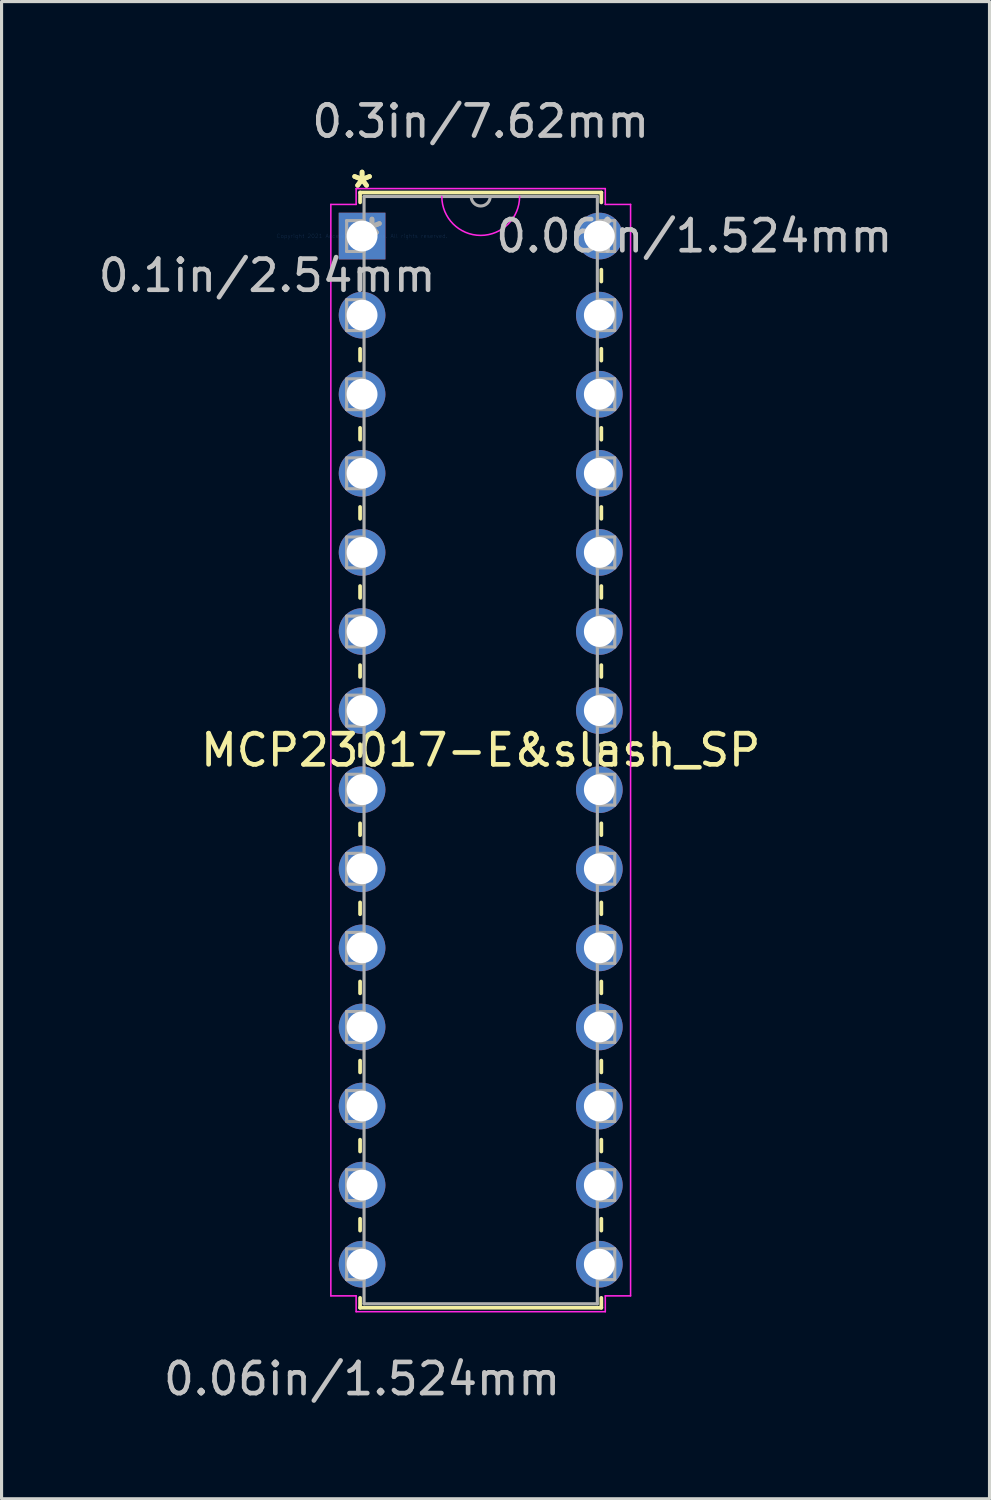
<source format=kicad_pcb>
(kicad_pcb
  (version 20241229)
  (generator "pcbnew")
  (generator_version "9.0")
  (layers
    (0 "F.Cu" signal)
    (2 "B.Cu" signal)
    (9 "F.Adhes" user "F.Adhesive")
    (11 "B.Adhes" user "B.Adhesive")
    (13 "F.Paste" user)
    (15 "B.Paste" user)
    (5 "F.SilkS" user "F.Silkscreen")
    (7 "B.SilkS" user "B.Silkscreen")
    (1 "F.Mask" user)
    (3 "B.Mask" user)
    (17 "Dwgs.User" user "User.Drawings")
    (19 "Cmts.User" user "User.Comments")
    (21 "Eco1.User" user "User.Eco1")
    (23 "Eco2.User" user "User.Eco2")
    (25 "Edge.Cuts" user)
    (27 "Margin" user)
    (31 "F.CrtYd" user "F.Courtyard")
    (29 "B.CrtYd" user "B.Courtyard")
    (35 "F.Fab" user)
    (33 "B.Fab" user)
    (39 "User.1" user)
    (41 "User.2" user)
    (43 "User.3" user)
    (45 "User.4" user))
  (footprint "MCP23017-E&slash_SP"
    (layer "F.Cu")
    (at 8.578 4.531)
    (property "Reference" "MCP23017-E&slash_SP" (at 3.81 16.51 0) (layer "F.SilkS") (effects (font (size 1 1) (thickness 0.15))))
    (attr through_hole)
    (fp_line (start -0.064 -1.397) (end -0.064 -1.082) (stroke (width 0.12) (type solid)) (layer "F.SilkS"))
    (fp_line (start -0.064 1.082) (end -0.064 1.46) (stroke (width 0.12) (type solid)) (layer "F.SilkS"))
    (fp_line (start -0.064 3.62) (end -0.064 4) (stroke (width 0.12) (type solid)) (layer "F.SilkS"))
    (fp_line (start -0.064 6.16) (end -0.064 6.54) (stroke (width 0.12) (type solid)) (layer "F.SilkS"))
    (fp_line (start -0.064 8.7) (end -0.064 9.08) (stroke (width 0.12) (type solid)) (layer "F.SilkS"))
    (fp_line (start -0.064 11.24) (end -0.064 11.62) (stroke (width 0.12) (type solid)) (layer "F.SilkS"))
    (fp_line (start -0.064 13.78) (end -0.064 14.16) (stroke (width 0.12) (type solid)) (layer "F.SilkS"))
    (fp_line (start -0.064 16.32) (end -0.064 16.7) (stroke (width 0.12) (type solid)) (layer "F.SilkS"))
    (fp_line (start -0.064 18.86) (end -0.064 19.24) (stroke (width 0.12) (type solid)) (layer "F.SilkS"))
    (fp_line (start -0.064 21.4) (end -0.064 21.78) (stroke (width 0.12) (type solid)) (layer "F.SilkS"))
    (fp_line (start -0.064 23.94) (end -0.064 24.32) (stroke (width 0.12) (type solid)) (layer "F.SilkS"))
    (fp_line (start -0.064 26.48) (end -0.064 26.86) (stroke (width 0.12) (type solid)) (layer "F.SilkS"))
    (fp_line (start -0.064 29.02) (end -0.064 29.4) (stroke (width 0.12) (type solid)) (layer "F.SilkS"))
    (fp_line (start -0.064 31.56) (end -0.064 31.94) (stroke (width 0.12) (type solid)) (layer "F.SilkS"))
    (fp_line (start -0.064 34.1) (end -0.064 34.417) (stroke (width 0.12) (type solid)) (layer "F.SilkS"))
    (fp_line (start -0.064 34.417) (end 7.684 34.417) (stroke (width 0.12) (type solid)) (layer "F.SilkS"))
    (fp_line (start 7.684 -1.397) (end -0.064 -1.397) (stroke (width 0.12) (type solid)) (layer "F.SilkS"))
    (fp_line (start 7.684 -1.08) (end 7.684 -1.397) (stroke (width 0.12) (type solid)) (layer "F.SilkS"))
    (fp_line (start 7.684 1.46) (end 7.684 1.08) (stroke (width 0.12) (type solid)) (layer "F.SilkS"))
    (fp_line (start 7.684 4) (end 7.684 3.62) (stroke (width 0.12) (type solid)) (layer "F.SilkS"))
    (fp_line (start 7.684 6.54) (end 7.684 6.16) (stroke (width 0.12) (type solid)) (layer "F.SilkS"))
    (fp_line (start 7.684 9.08) (end 7.684 8.7) (stroke (width 0.12) (type solid)) (layer "F.SilkS"))
    (fp_line (start 7.684 11.62) (end 7.684 11.24) (stroke (width 0.12) (type solid)) (layer "F.SilkS"))
    (fp_line (start 7.684 14.16) (end 7.684 13.78) (stroke (width 0.12) (type solid)) (layer "F.SilkS"))
    (fp_line (start 7.684 16.7) (end 7.684 16.32) (stroke (width 0.12) (type solid)) (layer "F.SilkS"))
    (fp_line (start 7.684 19.24) (end 7.684 18.86) (stroke (width 0.12) (type solid)) (layer "F.SilkS"))
    (fp_line (start 7.684 21.78) (end 7.684 21.4) (stroke (width 0.12) (type solid)) (layer "F.SilkS"))
    (fp_line (start 7.684 24.32) (end 7.684 23.94) (stroke (width 0.12) (type solid)) (layer "F.SilkS"))
    (fp_line (start 7.684 26.86) (end 7.684 26.48) (stroke (width 0.12) (type solid)) (layer "F.SilkS"))
    (fp_line (start 7.684 29.4) (end 7.684 29.02) (stroke (width 0.12) (type solid)) (layer "F.SilkS"))
    (fp_line (start 7.684 31.94) (end 7.684 31.56) (stroke (width 0.12) (type solid)) (layer "F.SilkS"))
    (fp_line (start 7.684 34.417) (end 7.684 34.1) (stroke (width 0.12) (type solid)) (layer "F.SilkS"))
    (fp_line (start -1.003 -1.016) (end -1.003 34.036) (stroke (width 0.05) (type solid)) (layer "F.CrtYd"))
    (fp_line (start -1.003 34.036) (end -0.191 34.036) (stroke (width 0.05) (type solid)) (layer "F.CrtYd"))
    (fp_line (start -0.191 -1.524) (end -0.191 -1.016) (stroke (width 0.05) (type solid)) (layer "F.CrtYd"))
    (fp_line (start -0.191 -1.016) (end -1.003 -1.016) (stroke (width 0.05) (type solid)) (layer "F.CrtYd"))
    (fp_line (start -0.191 34.036) (end -0.191 34.544) (stroke (width 0.05) (type solid)) (layer "F.CrtYd"))
    (fp_line (start -0.191 34.544) (end 7.811 34.544) (stroke (width 0.05) (type solid)) (layer "F.CrtYd"))
    (fp_line (start 7.811 -1.524) (end -0.191 -1.524) (stroke (width 0.05) (type solid)) (layer "F.CrtYd"))
    (fp_line (start 7.811 -1.016) (end 7.811 -1.524) (stroke (width 0.05) (type solid)) (layer "F.CrtYd"))
    (fp_line (start 7.811 34.036) (end 8.623 34.036) (stroke (width 0.05) (type solid)) (layer "F.CrtYd"))
    (fp_line (start 7.811 34.544) (end 7.811 34.036) (stroke (width 0.05) (type solid)) (layer "F.CrtYd"))
    (fp_line (start 8.623 -1.016) (end 7.811 -1.016) (stroke (width 0.05) (type solid)) (layer "F.CrtYd"))
    (fp_line (start 8.623 34.036) (end 8.623 -1.016) (stroke (width 0.05) (type solid)) (layer "F.CrtYd"))
    (fp_arc (start 5.058833 -1.27) (mid 3.81 -0.021167) (end 2.561167 -1.27) (stroke (width 0.05) (type solid)) (layer "F.CrtYd"))
    (fp_line (start -0.495 -0.495) (end -0.495 0.495) (stroke (width 0.1) (type solid)) (layer "F.Fab"))
    (fp_line (start -0.495 0.495) (end 0.064 0.495) (stroke (width 0.1) (type solid)) (layer "F.Fab"))
    (fp_line (start -0.495 2.045) (end -0.495 3.035) (stroke (width 0.1) (type solid)) (layer "F.Fab"))
    (fp_line (start -0.495 3.035) (end 0.064 3.035) (stroke (width 0.1) (type solid)) (layer "F.Fab"))
    (fp_line (start -0.495 4.585) (end -0.495 5.575) (stroke (width 0.1) (type solid)) (layer "F.Fab"))
    (fp_line (start -0.495 5.575) (end 0.064 5.575) (stroke (width 0.1) (type solid)) (layer "F.Fab"))
    (fp_line (start -0.495 7.125) (end -0.495 8.115) (stroke (width 0.1) (type solid)) (layer "F.Fab"))
    (fp_line (start -0.495 8.115) (end 0.064 8.115) (stroke (width 0.1) (type solid)) (layer "F.Fab"))
    (fp_line (start -0.495 9.665) (end -0.495 10.655) (stroke (width 0.1) (type solid)) (layer "F.Fab"))
    (fp_line (start -0.495 10.655) (end 0.064 10.655) (stroke (width 0.1) (type solid)) (layer "F.Fab"))
    (fp_line (start -0.495 12.205) (end -0.495 13.195) (stroke (width 0.1) (type solid)) (layer "F.Fab"))
    (fp_line (start -0.495 13.195) (end 0.064 13.195) (stroke (width 0.1) (type solid)) (layer "F.Fab"))
    (fp_line (start -0.495 14.745) (end -0.495 15.735) (stroke (width 0.1) (type solid)) (layer "F.Fab"))
    (fp_line (start -0.495 15.735) (end 0.064 15.735) (stroke (width 0.1) (type solid)) (layer "F.Fab"))
    (fp_line (start -0.495 17.285) (end -0.495 18.275) (stroke (width 0.1) (type solid)) (layer "F.Fab"))
    (fp_line (start -0.495 18.275) (end 0.064 18.275) (stroke (width 0.1) (type solid)) (layer "F.Fab"))
    (fp_line (start -0.495 19.825) (end -0.495 20.815) (stroke (width 0.1) (type solid)) (layer "F.Fab"))
    (fp_line (start -0.495 20.815) (end 0.064 20.815) (stroke (width 0.1) (type solid)) (layer "F.Fab"))
    (fp_line (start -0.495 22.365) (end -0.495 23.355) (stroke (width 0.1) (type solid)) (layer "F.Fab"))
    (fp_line (start -0.495 23.355) (end 0.064 23.355) (stroke (width 0.1) (type solid)) (layer "F.Fab"))
    (fp_line (start -0.495 24.905) (end -0.495 25.895) (stroke (width 0.1) (type solid)) (layer "F.Fab"))
    (fp_line (start -0.495 25.895) (end 0.064 25.895) (stroke (width 0.1) (type solid)) (layer "F.Fab"))
    (fp_line (start -0.495 27.445) (end -0.495 28.435) (stroke (width 0.1) (type solid)) (layer "F.Fab"))
    (fp_line (start -0.495 28.435) (end 0.064 28.435) (stroke (width 0.1) (type solid)) (layer "F.Fab"))
    (fp_line (start -0.495 29.985) (end -0.495 30.975) (stroke (width 0.1) (type solid)) (layer "F.Fab"))
    (fp_line (start -0.495 30.975) (end 0.064 30.975) (stroke (width 0.1) (type solid)) (layer "F.Fab"))
    (fp_line (start -0.495 32.525) (end -0.495 33.515) (stroke (width 0.1) (type solid)) (layer "F.Fab"))
    (fp_line (start -0.495 33.515) (end 0.064 33.515) (stroke (width 0.1) (type solid)) (layer "F.Fab"))
    (fp_line (start 0.064 -1.27) (end 0.064 34.29) (stroke (width 0.1) (type solid)) (layer "F.Fab"))
    (fp_line (start 0.064 -0.495) (end -0.495 -0.495) (stroke (width 0.1) (type solid)) (layer "F.Fab"))
    (fp_line (start 0.064 0.495) (end 0.064 -0.495) (stroke (width 0.1) (type solid)) (layer "F.Fab"))
    (fp_line (start 0.064 2.045) (end -0.495 2.045) (stroke (width 0.1) (type solid)) (layer "F.Fab"))
    (fp_line (start 0.064 3.035) (end 0.064 2.045) (stroke (width 0.1) (type solid)) (layer "F.Fab"))
    (fp_line (start 0.064 4.585) (end -0.495 4.585) (stroke (width 0.1) (type solid)) (layer "F.Fab"))
    (fp_line (start 0.064 5.575) (end 0.064 4.585) (stroke (width 0.1) (type solid)) (layer "F.Fab"))
    (fp_line (start 0.064 7.125) (end -0.495 7.125) (stroke (width 0.1) (type solid)) (layer "F.Fab"))
    (fp_line (start 0.064 8.115) (end 0.064 7.125) (stroke (width 0.1) (type solid)) (layer "F.Fab"))
    (fp_line (start 0.064 9.665) (end -0.495 9.665) (stroke (width 0.1) (type solid)) (layer "F.Fab"))
    (fp_line (start 0.064 10.655) (end 0.064 9.665) (stroke (width 0.1) (type solid)) (layer "F.Fab"))
    (fp_line (start 0.064 12.205) (end -0.495 12.205) (stroke (width 0.1) (type solid)) (layer "F.Fab"))
    (fp_line (start 0.064 13.195) (end 0.064 12.205) (stroke (width 0.1) (type solid)) (layer "F.Fab"))
    (fp_line (start 0.064 14.745) (end -0.495 14.745) (stroke (width 0.1) (type solid)) (layer "F.Fab"))
    (fp_line (start 0.064 15.735) (end 0.064 14.745) (stroke (width 0.1) (type solid)) (layer "F.Fab"))
    (fp_line (start 0.064 17.285) (end -0.495 17.285) (stroke (width 0.1) (type solid)) (layer "F.Fab"))
    (fp_line (start 0.064 18.275) (end 0.064 17.285) (stroke (width 0.1) (type solid)) (layer "F.Fab"))
    (fp_line (start 0.064 19.825) (end -0.495 19.825) (stroke (width 0.1) (type solid)) (layer "F.Fab"))
    (fp_line (start 0.064 20.815) (end 0.064 19.825) (stroke (width 0.1) (type solid)) (layer "F.Fab"))
    (fp_line (start 0.064 22.365) (end -0.495 22.365) (stroke (width 0.1) (type solid)) (layer "F.Fab"))
    (fp_line (start 0.064 23.355) (end 0.064 22.365) (stroke (width 0.1) (type solid)) (layer "F.Fab"))
    (fp_line (start 0.064 24.905) (end -0.495 24.905) (stroke (width 0.1) (type solid)) (layer "F.Fab"))
    (fp_line (start 0.064 25.895) (end 0.064 24.905) (stroke (width 0.1) (type solid)) (layer "F.Fab"))
    (fp_line (start 0.064 27.445) (end -0.495 27.445) (stroke (width 0.1) (type solid)) (layer "F.Fab"))
    (fp_line (start 0.064 28.435) (end 0.064 27.445) (stroke (width 0.1) (type solid)) (layer "F.Fab"))
    (fp_line (start 0.064 29.985) (end -0.495 29.985) (stroke (width 0.1) (type solid)) (layer "F.Fab"))
    (fp_line (start 0.064 30.975) (end 0.064 29.985) (stroke (width 0.1) (type solid)) (layer "F.Fab"))
    (fp_line (start 0.064 32.525) (end -0.495 32.525) (stroke (width 0.1) (type solid)) (layer "F.Fab"))
    (fp_line (start 0.064 33.515) (end 0.064 32.525) (stroke (width 0.1) (type solid)) (layer "F.Fab"))
    (fp_line (start 0.064 34.29) (end 7.556 34.29) (stroke (width 0.1) (type solid)) (layer "F.Fab"))
    (fp_line (start 7.556 -1.27) (end 0.064 -1.27) (stroke (width 0.1) (type solid)) (layer "F.Fab"))
    (fp_line (start 7.556 -0.495) (end 7.556 0.495) (stroke (width 0.1) (type solid)) (layer "F.Fab"))
    (fp_line (start 7.556 0.495) (end 8.115 0.495) (stroke (width 0.1) (type solid)) (layer "F.Fab"))
    (fp_line (start 7.556 2.045) (end 7.556 3.035) (stroke (width 0.1) (type solid)) (layer "F.Fab"))
    (fp_line (start 7.556 3.035) (end 8.115 3.035) (stroke (width 0.1) (type solid)) (layer "F.Fab"))
    (fp_line (start 7.556 4.585) (end 7.556 5.575) (stroke (width 0.1) (type solid)) (layer "F.Fab"))
    (fp_line (start 7.556 5.575) (end 8.115 5.575) (stroke (width 0.1) (type solid)) (layer "F.Fab"))
    (fp_line (start 7.556 7.125) (end 7.556 8.115) (stroke (width 0.1) (type solid)) (layer "F.Fab"))
    (fp_line (start 7.556 8.115) (end 8.115 8.115) (stroke (width 0.1) (type solid)) (layer "F.Fab"))
    (fp_line (start 7.556 9.665) (end 7.556 10.655) (stroke (width 0.1) (type solid)) (layer "F.Fab"))
    (fp_line (start 7.556 10.655) (end 8.115 10.655) (stroke (width 0.1) (type solid)) (layer "F.Fab"))
    (fp_line (start 7.556 12.205) (end 7.556 13.195) (stroke (width 0.1) (type solid)) (layer "F.Fab"))
    (fp_line (start 7.556 13.195) (end 8.115 13.195) (stroke (width 0.1) (type solid)) (layer "F.Fab"))
    (fp_line (start 7.556 14.745) (end 7.556 15.735) (stroke (width 0.1) (type solid)) (layer "F.Fab"))
    (fp_line (start 7.556 15.735) (end 8.115 15.735) (stroke (width 0.1) (type solid)) (layer "F.Fab"))
    (fp_line (start 7.556 17.285) (end 7.556 18.275) (stroke (width 0.1) (type solid)) (layer "F.Fab"))
    (fp_line (start 7.556 18.275) (end 8.115 18.275) (stroke (width 0.1) (type solid)) (layer "F.Fab"))
    (fp_line (start 7.556 19.825) (end 7.556 20.815) (stroke (width 0.1) (type solid)) (layer "F.Fab"))
    (fp_line (start 7.556 20.815) (end 8.115 20.815) (stroke (width 0.1) (type solid)) (layer "F.Fab"))
    (fp_line (start 7.556 22.365) (end 7.556 23.355) (stroke (width 0.1) (type solid)) (layer "F.Fab"))
    (fp_line (start 7.556 23.355) (end 8.115 23.355) (stroke (width 0.1) (type solid)) (layer "F.Fab"))
    (fp_line (start 7.556 24.905) (end 7.556 25.895) (stroke (width 0.1) (type solid)) (layer "F.Fab"))
    (fp_line (start 7.556 25.895) (end 8.115 25.895) (stroke (width 0.1) (type solid)) (layer "F.Fab"))
    (fp_line (start 7.556 27.445) (end 7.556 28.435) (stroke (width 0.1) (type solid)) (layer "F.Fab"))
    (fp_line (start 7.556 28.435) (end 8.115 28.435) (stroke (width 0.1) (type solid)) (layer "F.Fab"))
    (fp_line (start 7.556 29.985) (end 7.556 30.975) (stroke (width 0.1) (type solid)) (layer "F.Fab"))
    (fp_line (start 7.556 30.975) (end 8.115 30.975) (stroke (width 0.1) (type solid)) (layer "F.Fab"))
    (fp_line (start 7.556 32.525) (end 7.556 33.515) (stroke (width 0.1) (type solid)) (layer "F.Fab"))
    (fp_line (start 7.556 33.515) (end 8.115 33.515) (stroke (width 0.1) (type solid)) (layer "F.Fab"))
    (fp_line (start 7.556 34.29) (end 7.556 -1.27) (stroke (width 0.1) (type solid)) (layer "F.Fab"))
    (fp_line (start 8.115 -0.495) (end 7.556 -0.495) (stroke (width 0.1) (type solid)) (layer "F.Fab"))
    (fp_line (start 8.115 0.495) (end 8.115 -0.495) (stroke (width 0.1) (type solid)) (layer "F.Fab"))
    (fp_line (start 8.115 2.045) (end 7.556 2.045) (stroke (width 0.1) (type solid)) (layer "F.Fab"))
    (fp_line (start 8.115 3.035) (end 8.115 2.045) (stroke (width 0.1) (type solid)) (layer "F.Fab"))
    (fp_line (start 8.115 4.585) (end 7.556 4.585) (stroke (width 0.1) (type solid)) (layer "F.Fab"))
    (fp_line (start 8.115 5.575) (end 8.115 4.585) (stroke (width 0.1) (type solid)) (layer "F.Fab"))
    (fp_line (start 8.115 7.125) (end 7.556 7.125) (stroke (width 0.1) (type solid)) (layer "F.Fab"))
    (fp_line (start 8.115 8.115) (end 8.115 7.125) (stroke (width 0.1) (type solid)) (layer "F.Fab"))
    (fp_line (start 8.115 9.665) (end 7.556 9.665) (stroke (width 0.1) (type solid)) (layer "F.Fab"))
    (fp_line (start 8.115 10.655) (end 8.115 9.665) (stroke (width 0.1) (type solid)) (layer "F.Fab"))
    (fp_line (start 8.115 12.205) (end 7.556 12.205) (stroke (width 0.1) (type solid)) (layer "F.Fab"))
    (fp_line (start 8.115 13.195) (end 8.115 12.205) (stroke (width 0.1) (type solid)) (layer "F.Fab"))
    (fp_line (start 8.115 14.745) (end 7.556 14.745) (stroke (width 0.1) (type solid)) (layer "F.Fab"))
    (fp_line (start 8.115 15.735) (end 8.115 14.745) (stroke (width 0.1) (type solid)) (layer "F.Fab"))
    (fp_line (start 8.115 17.285) (end 7.556 17.285) (stroke (width 0.1) (type solid)) (layer "F.Fab"))
    (fp_line (start 8.115 18.275) (end 8.115 17.285) (stroke (width 0.1) (type solid)) (layer "F.Fab"))
    (fp_line (start 8.115 19.825) (end 7.556 19.825) (stroke (width 0.1) (type solid)) (layer "F.Fab"))
    (fp_line (start 8.115 20.815) (end 8.115 19.825) (stroke (width 0.1) (type solid)) (layer "F.Fab"))
    (fp_line (start 8.115 22.365) (end 7.556 22.365) (stroke (width 0.1) (type solid)) (layer "F.Fab"))
    (fp_line (start 8.115 23.355) (end 8.115 22.365) (stroke (width 0.1) (type solid)) (layer "F.Fab"))
    (fp_line (start 8.115 24.905) (end 7.556 24.905) (stroke (width 0.1) (type solid)) (layer "F.Fab"))
    (fp_line (start 8.115 25.895) (end 8.115 24.905) (stroke (width 0.1) (type solid)) (layer "F.Fab"))
    (fp_line (start 8.115 27.445) (end 7.556 27.445) (stroke (width 0.1) (type solid)) (layer "F.Fab"))
    (fp_line (start 8.115 28.435) (end 8.115 27.445) (stroke (width 0.1) (type solid)) (layer "F.Fab"))
    (fp_line (start 8.115 29.985) (end 7.556 29.985) (stroke (width 0.1) (type solid)) (layer "F.Fab"))
    (fp_line (start 8.115 30.975) (end 8.115 29.985) (stroke (width 0.1) (type solid)) (layer "F.Fab"))
    (fp_line (start 8.115 32.525) (end 7.556 32.525) (stroke (width 0.1) (type solid)) (layer "F.Fab"))
    (fp_line (start 8.115 33.515) (end 8.115 32.525) (stroke (width 0.1) (type solid)) (layer "F.Fab"))
    (fp_arc (start 4.1148 -1.27) (mid 3.81 -0.9652) (end 3.5052 -1.27) (stroke (width 0.1) (type solid)) (layer "F.Fab"))
    (fp_text user "*" (at 0 -1.511 0) (layer "F.SilkS") (effects (font (size 1 1) (thickness 0.15))))
    (fp_text user "*" (at 0 -1.511 0) (layer "F.SilkS") (effects (font (size 1 1) (thickness 0.15))))
    (fp_text user "0.06in/1.524mm" (at 0 36.703 0) (layer "Dwgs.User") (effects (font (size 1 1) (thickness 0.15))))
    (fp_text user "0.3in/7.62mm" (at 3.81 -3.683 0) (layer "Dwgs.User") (effects (font (size 1 1) (thickness 0.15))))
    (fp_text user "0.06in/1.524mm" (at 10.668 0 0) (layer "Dwgs.User") (effects (font (size 1 1) (thickness 0.15))))
    (fp_text user "0.1in/2.54mm" (at -3.048 1.27 0) (layer "Dwgs.User") (effects (font (size 1 1) (thickness 0.15))))
    (fp_text user "Copyright 2021 Accelerated Designs. All rights reserved." (at 0 0 0) (layer "Cmts.User") (effects (font (size 0.127 0.127) (thickness 0.002))))
    (fp_text user "*" (at 0.318 0 0) (layer "F.Fab") (effects (font (size 1 1) (thickness 0.15))))
    (fp_text user "*" (at 0.318 0 0) (layer "F.Fab") (effects (font (size 1 1) (thickness 0.15))))
    (pad "1" thru_hole rect (at 0 0) (size 1.499 1.499) (drill 0.991) (layers "*.Cu" "*.Mask"))
    (pad "2" thru_hole circle (at 0 2.54) (size 1.499 1.499) (drill 0.991) (layers "*.Cu" "*.Mask"))
    (pad "3" thru_hole circle (at 0 5.08) (size 1.499 1.499) (drill 0.991) (layers "*.Cu" "*.Mask"))
    (pad "4" thru_hole circle (at 0 7.62) (size 1.499 1.499) (drill 0.991) (layers "*.Cu" "*.Mask"))
    (pad "5" thru_hole circle (at 0 10.16) (size 1.499 1.499) (drill 0.991) (layers "*.Cu" "*.Mask"))
    (pad "6" thru_hole circle (at 0 12.7) (size 1.499 1.499) (drill 0.991) (layers "*.Cu" "*.Mask"))
    (pad "7" thru_hole circle (at 0 15.24) (size 1.499 1.499) (drill 0.991) (layers "*.Cu" "*.Mask"))
    (pad "8" thru_hole circle (at 0 17.78) (size 1.499 1.499) (drill 0.991) (layers "*.Cu" "*.Mask"))
    (pad "9" thru_hole circle (at 0 20.32) (size 1.499 1.499) (drill 0.991) (layers "*.Cu" "*.Mask"))
    (pad "10" thru_hole circle (at 0 22.86) (size 1.499 1.499) (drill 0.991) (layers "*.Cu" "*.Mask"))
    (pad "11" thru_hole circle (at 0 25.4) (size 1.499 1.499) (drill 0.991) (layers "*.Cu" "*.Mask"))
    (pad "12" thru_hole circle (at 0 27.94) (size 1.499 1.499) (drill 0.991) (layers "*.Cu" "*.Mask"))
    (pad "13" thru_hole circle (at 0 30.48) (size 1.499 1.499) (drill 0.991) (layers "*.Cu" "*.Mask"))
    (pad "14" thru_hole circle (at 0 33.02) (size 1.499 1.499) (drill 0.991) (layers "*.Cu" "*.Mask"))
    (pad "15" thru_hole circle (at 7.62 33.02) (size 1.499 1.499) (drill 0.991) (layers "*.Cu" "*.Mask"))
    (pad "16" thru_hole circle (at 7.62 30.48) (size 1.499 1.499) (drill 0.991) (layers "*.Cu" "*.Mask"))
    (pad "17" thru_hole circle (at 7.62 27.94) (size 1.499 1.499) (drill 0.991) (layers "*.Cu" "*.Mask"))
    (pad "18" thru_hole circle (at 7.62 25.4) (size 1.499 1.499) (drill 0.991) (layers "*.Cu" "*.Mask"))
    (pad "19" thru_hole circle (at 7.62 22.86) (size 1.499 1.499) (drill 0.991) (layers "*.Cu" "*.Mask"))
    (pad "20" thru_hole circle (at 7.62 20.32) (size 1.499 1.499) (drill 0.991) (layers "*.Cu" "*.Mask"))
    (pad "21" thru_hole circle (at 7.62 17.78) (size 1.499 1.499) (drill 0.991) (layers "*.Cu" "*.Mask"))
    (pad "22" thru_hole circle (at 7.62 15.24) (size 1.499 1.499) (drill 0.991) (layers "*.Cu" "*.Mask"))
    (pad "23" thru_hole circle (at 7.62 12.7) (size 1.499 1.499) (drill 0.991) (layers "*.Cu" "*.Mask"))
    (pad "24" thru_hole circle (at 7.62 10.16) (size 1.499 1.499) (drill 0.991) (layers "*.Cu" "*.Mask"))
    (pad "25" thru_hole circle (at 7.62 7.62) (size 1.499 1.499) (drill 0.991) (layers "*.Cu" "*.Mask"))
    (pad "26" thru_hole circle (at 7.62 5.08) (size 1.499 1.499) (drill 0.991) (layers "*.Cu" "*.Mask"))
    (pad "27" thru_hole circle (at 7.62 2.54) (size 1.499 1.499) (drill 0.991) (layers "*.Cu" "*.Mask"))
    (pad "28" thru_hole circle (at 7.62 0) (size 1.499 1.499) (drill 0.991) (layers "*.Cu" "*.Mask")))
  (gr_rect
    (start -3 -3)
    (end 28.728 45.083)
    (stroke (width 0.1) (type default))
    (fill no)
    (layer "Edge.Cuts")))
</source>
